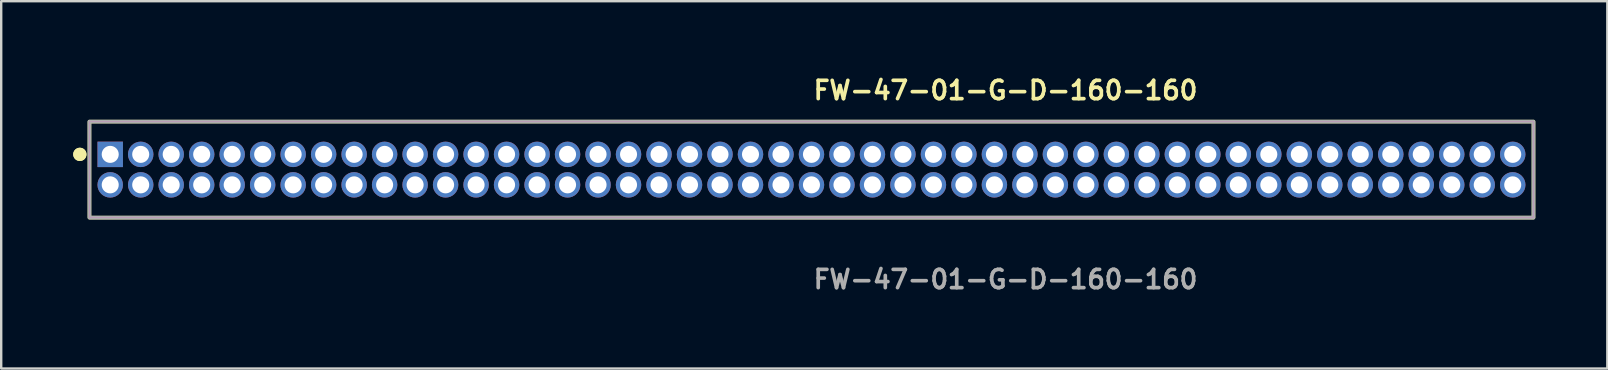
<source format=kicad_pcb>
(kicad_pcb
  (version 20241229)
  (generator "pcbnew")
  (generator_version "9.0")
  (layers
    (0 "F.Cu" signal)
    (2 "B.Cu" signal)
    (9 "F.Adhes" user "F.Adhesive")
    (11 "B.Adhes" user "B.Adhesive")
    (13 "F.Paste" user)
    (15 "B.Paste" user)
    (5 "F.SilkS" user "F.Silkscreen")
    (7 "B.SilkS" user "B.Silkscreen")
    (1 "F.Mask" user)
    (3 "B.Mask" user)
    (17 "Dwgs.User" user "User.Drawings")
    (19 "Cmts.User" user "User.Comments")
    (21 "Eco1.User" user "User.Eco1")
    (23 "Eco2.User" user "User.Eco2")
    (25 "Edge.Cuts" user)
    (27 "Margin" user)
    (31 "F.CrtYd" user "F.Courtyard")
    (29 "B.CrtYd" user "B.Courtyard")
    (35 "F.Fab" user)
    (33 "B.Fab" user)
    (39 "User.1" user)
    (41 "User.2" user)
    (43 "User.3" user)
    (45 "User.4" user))
  (footprint "FW-47-01-G-D-160-160"
    (layer "F.Cu")
    (at 30.751 4.015)
    (property "Reference" "FW-47-01-G-D-160-160" (at 0 -3.302 0) (unlocked yes) (layer "F.SilkS") (effects (font (size 0.762 0.762) (thickness 0.152)) (justify left)))
    (fp_rect (start -30.075 2) (end 30.075 -2) (stroke (width 0.152) (type solid)) (fill no) (layer "F.SilkS"))
    (fp_circle (center -30.475 -0.635) (end -30.675 -0.635) (stroke (width 0.152) (type solid)) (fill yes) (layer "F.SilkS"))
    (fp_circle (center -30.475 -0.635) (end -30.675 -0.635) (stroke (width 0.152) (type solid)) (fill yes) (layer "F.SilkS"))
    (fp_rect (start -30.075 2) (end 30.075 -2) (stroke (width 0.006) (type solid)) (fill no) (layer "F.CrtYd"))
    (fp_rect (start -30.075 2) (end 30.075 -2) (stroke (width 0.152) (type solid)) (fill no) (layer "F.Fab"))
    (fp_text user "${REFERENCE}" (at 0 4.572 0) (unlocked yes) (layer "F.Fab") (effects (font (size 0.762 0.762) (thickness 0.152)) (justify left)))
    (pad "1" thru_hole rect (at -29.21 -0.635) (size 1.06 1.06) (drill 0.71) (layers "*.Cu" "*.Mask"))
    (pad "2" thru_hole circle (at -29.21 0.635) (size 1.06 1.06) (drill 0.71) (layers "*.Cu" "*.Mask"))
    (pad "3" thru_hole circle (at -27.94 -0.635) (size 1.06 1.06) (drill 0.71) (layers "*.Cu" "*.Mask"))
    (pad "4" thru_hole circle (at -27.94 0.635) (size 1.06 1.06) (drill 0.71) (layers "*.Cu" "*.Mask"))
    (pad "5" thru_hole circle (at -26.67 -0.635) (size 1.06 1.06) (drill 0.71) (layers "*.Cu" "*.Mask"))
    (pad "6" thru_hole circle (at -26.67 0.635) (size 1.06 1.06) (drill 0.71) (layers "*.Cu" "*.Mask"))
    (pad "7" thru_hole circle (at -25.4 -0.635) (size 1.06 1.06) (drill 0.71) (layers "*.Cu" "*.Mask"))
    (pad "8" thru_hole circle (at -25.4 0.635) (size 1.06 1.06) (drill 0.71) (layers "*.Cu" "*.Mask"))
    (pad "9" thru_hole circle (at -24.13 -0.635) (size 1.06 1.06) (drill 0.71) (layers "*.Cu" "*.Mask"))
    (pad "10" thru_hole circle (at -24.13 0.635) (size 1.06 1.06) (drill 0.71) (layers "*.Cu" "*.Mask"))
    (pad "11" thru_hole circle (at -22.86 -0.635) (size 1.06 1.06) (drill 0.71) (layers "*.Cu" "*.Mask"))
    (pad "12" thru_hole circle (at -22.86 0.635) (size 1.06 1.06) (drill 0.71) (layers "*.Cu" "*.Mask"))
    (pad "13" thru_hole circle (at -21.59 -0.635) (size 1.06 1.06) (drill 0.71) (layers "*.Cu" "*.Mask"))
    (pad "14" thru_hole circle (at -21.59 0.635) (size 1.06 1.06) (drill 0.71) (layers "*.Cu" "*.Mask"))
    (pad "15" thru_hole circle (at -20.32 -0.635) (size 1.06 1.06) (drill 0.71) (layers "*.Cu" "*.Mask"))
    (pad "16" thru_hole circle (at -20.32 0.635) (size 1.06 1.06) (drill 0.71) (layers "*.Cu" "*.Mask"))
    (pad "17" thru_hole circle (at -19.05 -0.635) (size 1.06 1.06) (drill 0.71) (layers "*.Cu" "*.Mask"))
    (pad "18" thru_hole circle (at -19.05 0.635) (size 1.06 1.06) (drill 0.71) (layers "*.Cu" "*.Mask"))
    (pad "19" thru_hole circle (at -17.78 -0.635) (size 1.06 1.06) (drill 0.71) (layers "*.Cu" "*.Mask"))
    (pad "20" thru_hole circle (at -17.78 0.635) (size 1.06 1.06) (drill 0.71) (layers "*.Cu" "*.Mask"))
    (pad "21" thru_hole circle (at -16.51 -0.635) (size 1.06 1.06) (drill 0.71) (layers "*.Cu" "*.Mask"))
    (pad "22" thru_hole circle (at -16.51 0.635) (size 1.06 1.06) (drill 0.71) (layers "*.Cu" "*.Mask"))
    (pad "23" thru_hole circle (at -15.24 -0.635) (size 1.06 1.06) (drill 0.71) (layers "*.Cu" "*.Mask"))
    (pad "24" thru_hole circle (at -15.24 0.635) (size 1.06 1.06) (drill 0.71) (layers "*.Cu" "*.Mask"))
    (pad "25" thru_hole circle (at -13.97 -0.635) (size 1.06 1.06) (drill 0.71) (layers "*.Cu" "*.Mask"))
    (pad "26" thru_hole circle (at -13.97 0.635) (size 1.06 1.06) (drill 0.71) (layers "*.Cu" "*.Mask"))
    (pad "27" thru_hole circle (at -12.7 -0.635) (size 1.06 1.06) (drill 0.71) (layers "*.Cu" "*.Mask"))
    (pad "28" thru_hole circle (at -12.7 0.635) (size 1.06 1.06) (drill 0.71) (layers "*.Cu" "*.Mask"))
    (pad "29" thru_hole circle (at -11.43 -0.635) (size 1.06 1.06) (drill 0.71) (layers "*.Cu" "*.Mask"))
    (pad "30" thru_hole circle (at -11.43 0.635) (size 1.06 1.06) (drill 0.71) (layers "*.Cu" "*.Mask"))
    (pad "31" thru_hole circle (at -10.16 -0.635) (size 1.06 1.06) (drill 0.71) (layers "*.Cu" "*.Mask"))
    (pad "32" thru_hole circle (at -10.16 0.635) (size 1.06 1.06) (drill 0.71) (layers "*.Cu" "*.Mask"))
    (pad "33" thru_hole circle (at -8.89 -0.635) (size 1.06 1.06) (drill 0.71) (layers "*.Cu" "*.Mask"))
    (pad "34" thru_hole circle (at -8.89 0.635) (size 1.06 1.06) (drill 0.71) (layers "*.Cu" "*.Mask"))
    (pad "35" thru_hole circle (at -7.62 -0.635) (size 1.06 1.06) (drill 0.71) (layers "*.Cu" "*.Mask"))
    (pad "36" thru_hole circle (at -7.62 0.635) (size 1.06 1.06) (drill 0.71) (layers "*.Cu" "*.Mask"))
    (pad "37" thru_hole circle (at -6.35 -0.635) (size 1.06 1.06) (drill 0.71) (layers "*.Cu" "*.Mask"))
    (pad "38" thru_hole circle (at -6.35 0.635) (size 1.06 1.06) (drill 0.71) (layers "*.Cu" "*.Mask"))
    (pad "39" thru_hole circle (at -5.08 -0.635) (size 1.06 1.06) (drill 0.71) (layers "*.Cu" "*.Mask"))
    (pad "40" thru_hole circle (at -5.08 0.635) (size 1.06 1.06) (drill 0.71) (layers "*.Cu" "*.Mask"))
    (pad "41" thru_hole circle (at -3.81 -0.635) (size 1.06 1.06) (drill 0.71) (layers "*.Cu" "*.Mask"))
    (pad "42" thru_hole circle (at -3.81 0.635) (size 1.06 1.06) (drill 0.71) (layers "*.Cu" "*.Mask"))
    (pad "43" thru_hole circle (at -2.54 -0.635) (size 1.06 1.06) (drill 0.71) (layers "*.Cu" "*.Mask"))
    (pad "44" thru_hole circle (at -2.54 0.635) (size 1.06 1.06) (drill 0.71) (layers "*.Cu" "*.Mask"))
    (pad "45" thru_hole circle (at -1.27 -0.635) (size 1.06 1.06) (drill 0.71) (layers "*.Cu" "*.Mask"))
    (pad "46" thru_hole circle (at -1.27 0.635) (size 1.06 1.06) (drill 0.71) (layers "*.Cu" "*.Mask"))
    (pad "47" thru_hole circle (at 0 -0.635) (size 1.06 1.06) (drill 0.71) (layers "*.Cu" "*.Mask"))
    (pad "48" thru_hole circle (at 0 0.635) (size 1.06 1.06) (drill 0.71) (layers "*.Cu" "*.Mask"))
    (pad "49" thru_hole circle (at 1.27 -0.635) (size 1.06 1.06) (drill 0.71) (layers "*.Cu" "*.Mask"))
    (pad "50" thru_hole circle (at 1.27 0.635) (size 1.06 1.06) (drill 0.71) (layers "*.Cu" "*.Mask"))
    (pad "51" thru_hole circle (at 2.54 -0.635) (size 1.06 1.06) (drill 0.71) (layers "*.Cu" "*.Mask"))
    (pad "52" thru_hole circle (at 2.54 0.635) (size 1.06 1.06) (drill 0.71) (layers "*.Cu" "*.Mask"))
    (pad "53" thru_hole circle (at 3.81 -0.635) (size 1.06 1.06) (drill 0.71) (layers "*.Cu" "*.Mask"))
    (pad "54" thru_hole circle (at 3.81 0.635) (size 1.06 1.06) (drill 0.71) (layers "*.Cu" "*.Mask"))
    (pad "55" thru_hole circle (at 5.08 -0.635) (size 1.06 1.06) (drill 0.71) (layers "*.Cu" "*.Mask"))
    (pad "56" thru_hole circle (at 5.08 0.635) (size 1.06 1.06) (drill 0.71) (layers "*.Cu" "*.Mask"))
    (pad "57" thru_hole circle (at 6.35 -0.635) (size 1.06 1.06) (drill 0.71) (layers "*.Cu" "*.Mask"))
    (pad "58" thru_hole circle (at 6.35 0.635) (size 1.06 1.06) (drill 0.71) (layers "*.Cu" "*.Mask"))
    (pad "59" thru_hole circle (at 7.62 -0.635) (size 1.06 1.06) (drill 0.71) (layers "*.Cu" "*.Mask"))
    (pad "60" thru_hole circle (at 7.62 0.635) (size 1.06 1.06) (drill 0.71) (layers "*.Cu" "*.Mask"))
    (pad "61" thru_hole circle (at 8.89 -0.635) (size 1.06 1.06) (drill 0.71) (layers "*.Cu" "*.Mask"))
    (pad "62" thru_hole circle (at 8.89 0.635) (size 1.06 1.06) (drill 0.71) (layers "*.Cu" "*.Mask"))
    (pad "63" thru_hole circle (at 10.16 -0.635) (size 1.06 1.06) (drill 0.71) (layers "*.Cu" "*.Mask"))
    (pad "64" thru_hole circle (at 10.16 0.635) (size 1.06 1.06) (drill 0.71) (layers "*.Cu" "*.Mask"))
    (pad "65" thru_hole circle (at 11.43 -0.635) (size 1.06 1.06) (drill 0.71) (layers "*.Cu" "*.Mask"))
    (pad "66" thru_hole circle (at 11.43 0.635) (size 1.06 1.06) (drill 0.71) (layers "*.Cu" "*.Mask"))
    (pad "67" thru_hole circle (at 12.7 -0.635) (size 1.06 1.06) (drill 0.71) (layers "*.Cu" "*.Mask"))
    (pad "68" thru_hole circle (at 12.7 0.635) (size 1.06 1.06) (drill 0.71) (layers "*.Cu" "*.Mask"))
    (pad "69" thru_hole circle (at 13.97 -0.635) (size 1.06 1.06) (drill 0.71) (layers "*.Cu" "*.Mask"))
    (pad "70" thru_hole circle (at 13.97 0.635) (size 1.06 1.06) (drill 0.71) (layers "*.Cu" "*.Mask"))
    (pad "71" thru_hole circle (at 15.24 -0.635) (size 1.06 1.06) (drill 0.71) (layers "*.Cu" "*.Mask"))
    (pad "72" thru_hole circle (at 15.24 0.635) (size 1.06 1.06) (drill 0.71) (layers "*.Cu" "*.Mask"))
    (pad "73" thru_hole circle (at 16.51 -0.635) (size 1.06 1.06) (drill 0.71) (layers "*.Cu" "*.Mask"))
    (pad "74" thru_hole circle (at 16.51 0.635) (size 1.06 1.06) (drill 0.71) (layers "*.Cu" "*.Mask"))
    (pad "75" thru_hole circle (at 17.78 -0.635) (size 1.06 1.06) (drill 0.71) (layers "*.Cu" "*.Mask"))
    (pad "76" thru_hole circle (at 17.78 0.635) (size 1.06 1.06) (drill 0.71) (layers "*.Cu" "*.Mask"))
    (pad "77" thru_hole circle (at 19.05 -0.635) (size 1.06 1.06) (drill 0.71) (layers "*.Cu" "*.Mask"))
    (pad "78" thru_hole circle (at 19.05 0.635) (size 1.06 1.06) (drill 0.71) (layers "*.Cu" "*.Mask"))
    (pad "79" thru_hole circle (at 20.32 -0.635) (size 1.06 1.06) (drill 0.71) (layers "*.Cu" "*.Mask"))
    (pad "80" thru_hole circle (at 20.32 0.635) (size 1.06 1.06) (drill 0.71) (layers "*.Cu" "*.Mask"))
    (pad "81" thru_hole circle (at 21.59 -0.635) (size 1.06 1.06) (drill 0.71) (layers "*.Cu" "*.Mask"))
    (pad "82" thru_hole circle (at 21.59 0.635) (size 1.06 1.06) (drill 0.71) (layers "*.Cu" "*.Mask"))
    (pad "83" thru_hole circle (at 22.86 -0.635) (size 1.06 1.06) (drill 0.71) (layers "*.Cu" "*.Mask"))
    (pad "84" thru_hole circle (at 22.86 0.635) (size 1.06 1.06) (drill 0.71) (layers "*.Cu" "*.Mask"))
    (pad "85" thru_hole circle (at 24.13 -0.635) (size 1.06 1.06) (drill 0.71) (layers "*.Cu" "*.Mask"))
    (pad "86" thru_hole circle (at 24.13 0.635) (size 1.06 1.06) (drill 0.71) (layers "*.Cu" "*.Mask"))
    (pad "87" thru_hole circle (at 25.4 -0.635) (size 1.06 1.06) (drill 0.71) (layers "*.Cu" "*.Mask"))
    (pad "88" thru_hole circle (at 25.4 0.635) (size 1.06 1.06) (drill 0.71) (layers "*.Cu" "*.Mask"))
    (pad "89" thru_hole circle (at 26.67 -0.635) (size 1.06 1.06) (drill 0.71) (layers "*.Cu" "*.Mask"))
    (pad "90" thru_hole circle (at 26.67 0.635) (size 1.06 1.06) (drill 0.71) (layers "*.Cu" "*.Mask"))
    (pad "91" thru_hole circle (at 27.94 -0.635) (size 1.06 1.06) (drill 0.71) (layers "*.Cu" "*.Mask"))
    (pad "92" thru_hole circle (at 27.94 0.635) (size 1.06 1.06) (drill 0.71) (layers "*.Cu" "*.Mask"))
    (pad "93" thru_hole circle (at 29.21 -0.635) (size 1.06 1.06) (drill 0.71) (layers "*.Cu" "*.Mask"))
    (pad "94" thru_hole circle (at 29.21 0.635) (size 1.06 1.06) (drill 0.71) (layers "*.Cu" "*.Mask")))
  (gr_rect
    (start -3 -3)
    (end 63.902 12.3)
    (stroke (width 0.1) (type default))
    (fill no)
    (layer "Edge.Cuts")))
</source>
